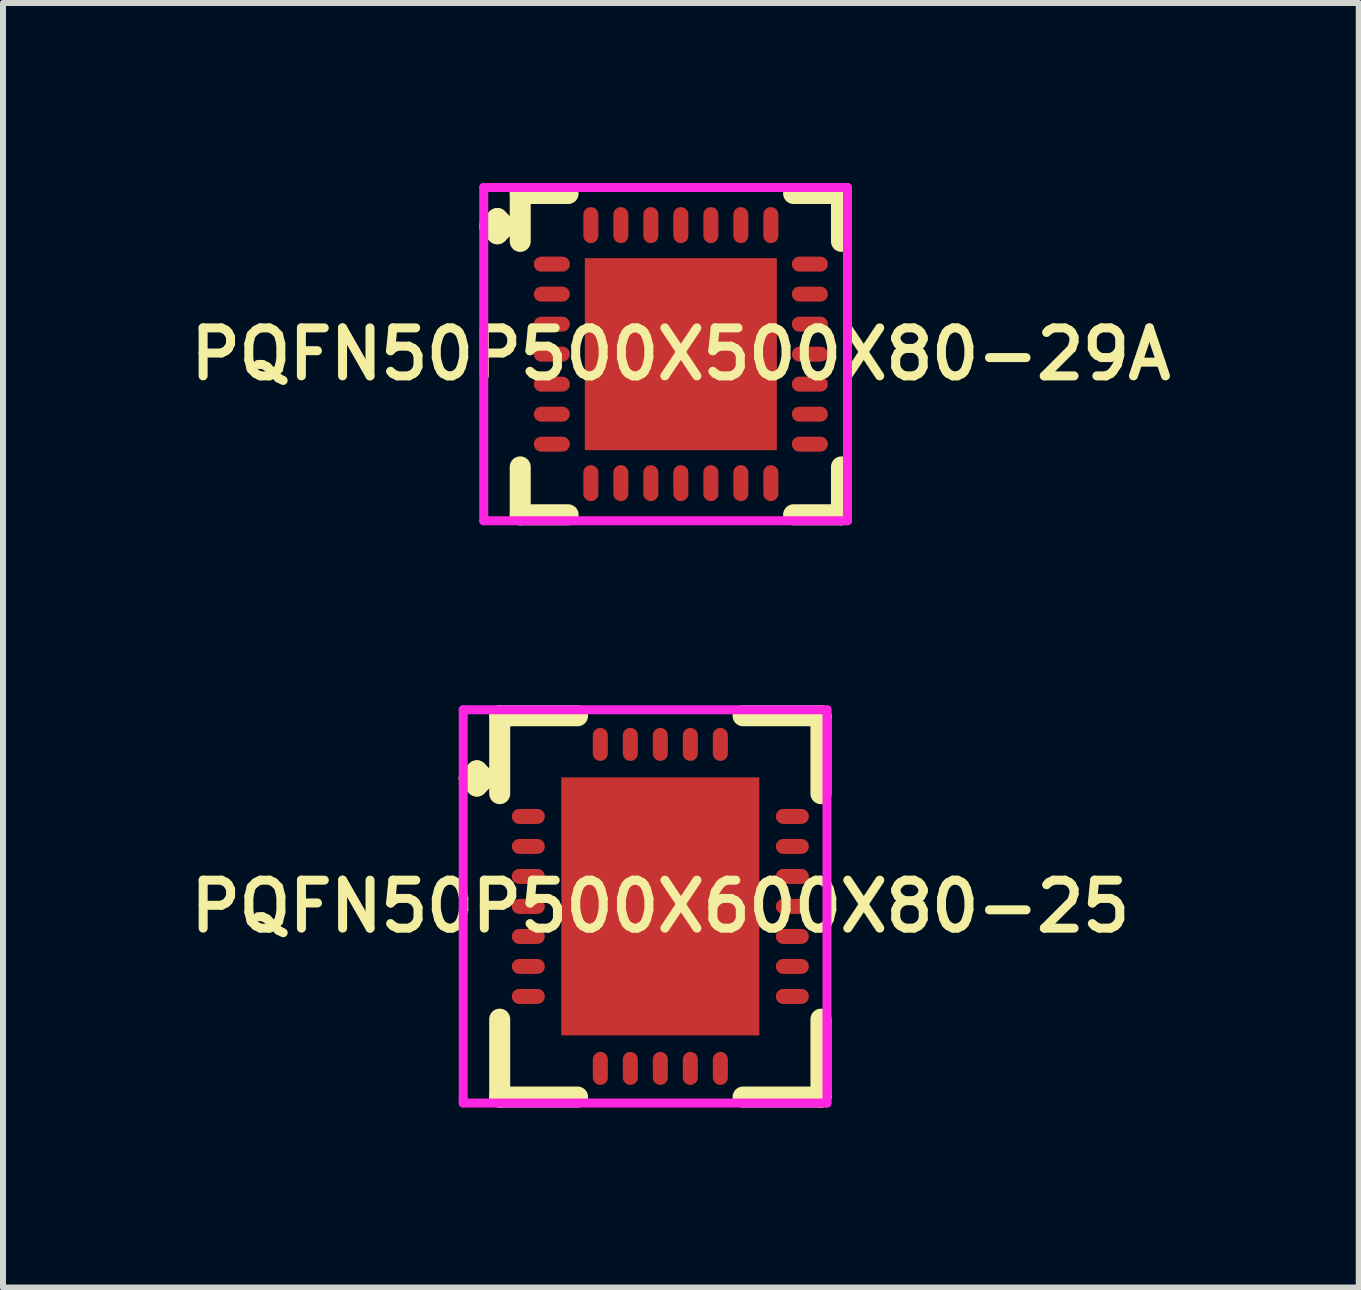
<source format=kicad_pcb>
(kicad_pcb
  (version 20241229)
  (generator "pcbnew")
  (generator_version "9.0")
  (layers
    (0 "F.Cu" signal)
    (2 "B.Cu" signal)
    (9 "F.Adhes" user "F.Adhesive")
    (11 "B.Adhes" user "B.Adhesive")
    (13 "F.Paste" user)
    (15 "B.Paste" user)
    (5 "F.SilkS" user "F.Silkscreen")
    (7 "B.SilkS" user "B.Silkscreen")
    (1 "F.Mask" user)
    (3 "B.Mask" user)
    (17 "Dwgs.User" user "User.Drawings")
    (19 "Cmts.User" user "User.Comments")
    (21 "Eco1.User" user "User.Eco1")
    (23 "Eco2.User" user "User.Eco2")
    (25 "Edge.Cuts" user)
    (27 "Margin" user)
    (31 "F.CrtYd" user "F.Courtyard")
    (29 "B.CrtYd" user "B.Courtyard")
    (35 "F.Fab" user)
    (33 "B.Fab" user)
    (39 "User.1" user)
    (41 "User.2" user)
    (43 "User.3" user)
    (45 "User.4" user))
  (footprint "PQFN50P500X500X80-29A"
    (layer "F.Cu")
    (at 8.297 2.852)
    (property "Reference" "PQFN50P500X500X80-29A" (at 0 0 0) (layer "F.SilkS") (effects (font (size 0.8 0.8) (thickness 0.15))))
    (attr smd)
    (fp_line (start -3.185 -2.133) (end -3.058 -2.26) (stroke (width 0.35) (type solid)) (layer "F.SilkS"))
    (fp_line (start -3.058 -2.26) (end -2.931 -2.133) (stroke (width 0.35) (type solid)) (layer "F.SilkS"))
    (fp_line (start -3.058 -2.006) (end -3.185 -2.133) (stroke (width 0.35) (type solid)) (layer "F.SilkS"))
    (fp_line (start -2.931 -2.133) (end -3.058 -2.006) (stroke (width 0.35) (type solid)) (layer "F.SilkS"))
    (fp_line (start -2.677 -2.677) (end -1.879 -2.677) (stroke (width 0.35) (type solid)) (layer "F.SilkS"))
    (fp_line (start -2.677 -1.879) (end -2.677 -2.677) (stroke (width 0.35) (type solid)) (layer "F.SilkS"))
    (fp_line (start -2.677 1.879) (end -2.677 2.677) (stroke (width 0.35) (type solid)) (layer "F.SilkS"))
    (fp_line (start -2.677 2.677) (end -1.879 2.677) (stroke (width 0.35) (type solid)) (layer "F.SilkS"))
    (fp_line (start 1.879 -2.677) (end 2.677 -2.677) (stroke (width 0.35) (type solid)) (layer "F.SilkS"))
    (fp_line (start 1.879 2.677) (end 2.677 2.677) (stroke (width 0.35) (type solid)) (layer "F.SilkS"))
    (fp_line (start 2.677 -2.677) (end 2.677 -1.879) (stroke (width 0.35) (type solid)) (layer "F.SilkS"))
    (fp_line (start 2.677 2.677) (end 2.677 1.879) (stroke (width 0.35) (type solid)) (layer "F.SilkS"))
    (fp_line (start -3.285 -2.777) (end 2.777 -2.777) (stroke (width 0.15) (type solid)) (layer "F.CrtYd"))
    (fp_line (start -3.285 2.777) (end -3.285 -2.777) (stroke (width 0.15) (type solid)) (layer "F.CrtYd"))
    (fp_line (start 2.777 -2.777) (end 2.777 2.777) (stroke (width 0.15) (type solid)) (layer "F.CrtYd"))
    (fp_line (start 2.777 2.777) (end -3.285 2.777) (stroke (width 0.15) (type solid)) (layer "F.CrtYd"))
    (pad "1" smd oval (at -2.15 -1.5) (size 0.6 0.25) (layers "F.Cu" "F.Mask" "F.Paste"))
    (pad "2" smd oval (at -2.15 -1) (size 0.6 0.25) (layers "F.Cu" "F.Mask" "F.Paste"))
    (pad "3" smd oval (at -2.15 -0.5) (size 0.6 0.25) (layers "F.Cu" "F.Mask" "F.Paste"))
    (pad "4" smd oval (at -2.15 0) (size 0.6 0.25) (layers "F.Cu" "F.Mask" "F.Paste"))
    (pad "5" smd oval (at -2.15 0.5) (size 0.6 0.25) (layers "F.Cu" "F.Mask" "F.Paste"))
    (pad "6" smd oval (at -2.15 1) (size 0.6 0.25) (layers "F.Cu" "F.Mask" "F.Paste"))
    (pad "7" smd oval (at -2.15 1.5) (size 0.6 0.25) (layers "F.Cu" "F.Mask" "F.Paste"))
    (pad "8" smd oval (at -1.5 2.15) (size 0.25 0.6) (layers "F.Cu" "F.Mask" "F.Paste"))
    (pad "9" smd oval (at -1 2.15) (size 0.25 0.6) (layers "F.Cu" "F.Mask" "F.Paste"))
    (pad "10" smd oval (at -0.5 2.15) (size 0.25 0.6) (layers "F.Cu" "F.Mask" "F.Paste"))
    (pad "11" smd oval (at 0 2.15) (size 0.25 0.6) (layers "F.Cu" "F.Mask" "F.Paste"))
    (pad "12" smd oval (at 0.5 2.15) (size 0.25 0.6) (layers "F.Cu" "F.Mask" "F.Paste"))
    (pad "13" smd oval (at 1 2.15) (size 0.25 0.6) (layers "F.Cu" "F.Mask" "F.Paste"))
    (pad "14" smd oval (at 1.5 2.15) (size 0.25 0.6) (layers "F.Cu" "F.Mask" "F.Paste"))
    (pad "15" smd oval (at 2.15 1.5) (size 0.6 0.25) (layers "F.Cu" "F.Mask" "F.Paste"))
    (pad "16" smd oval (at 2.15 1) (size 0.6 0.25) (layers "F.Cu" "F.Mask" "F.Paste"))
    (pad "17" smd oval (at 2.15 0.5) (size 0.6 0.25) (layers "F.Cu" "F.Mask" "F.Paste"))
    (pad "18" smd oval (at 2.15 0) (size 0.6 0.25) (layers "F.Cu" "F.Mask" "F.Paste"))
    (pad "19" smd oval (at 2.15 -0.5) (size 0.6 0.25) (layers "F.Cu" "F.Mask" "F.Paste"))
    (pad "20" smd oval (at 2.15 -1) (size 0.6 0.25) (layers "F.Cu" "F.Mask" "F.Paste"))
    (pad "21" smd oval (at 2.15 -1.5) (size 0.6 0.25) (layers "F.Cu" "F.Mask" "F.Paste"))
    (pad "22" smd oval (at 1.5 -2.15) (size 0.25 0.6) (layers "F.Cu" "F.Mask" "F.Paste"))
    (pad "23" smd oval (at 1 -2.15) (size 0.25 0.6) (layers "F.Cu" "F.Mask" "F.Paste"))
    (pad "24" smd oval (at 0.5 -2.15) (size 0.25 0.6) (layers "F.Cu" "F.Mask" "F.Paste"))
    (pad "25" smd oval (at 0 -2.15) (size 0.25 0.6) (layers "F.Cu" "F.Mask" "F.Paste"))
    (pad "26" smd oval (at -0.5 -2.15) (size 0.25 0.6) (layers "F.Cu" "F.Mask" "F.Paste"))
    (pad "27" smd oval (at -1 -2.15) (size 0.25 0.6) (layers "F.Cu" "F.Mask" "F.Paste"))
    (pad "28" smd oval (at -1.5 -2.15) (size 0.25 0.6) (layers "F.Cu" "F.Mask" "F.Paste"))
    (pad "29" smd rect (at 0 0) (size 3.2 3.2) (layers "F.Cu" "F.Mask" "F.Paste")))
  (footprint "PQFN50P500X600X80-25"
    (layer "F.Cu")
    (at 7.955 12.056)
    (property "Reference" "PQFN50P500X600X80-25" (at 0 0 0) (layer "F.SilkS") (effects (font (size 0.8 0.8) (thickness 0.15))))
    (attr smd)
    (fp_line (start -3.185 -2.133) (end -3.058 -2.26) (stroke (width 0.35) (type solid)) (layer "F.SilkS"))
    (fp_line (start -3.058 -2.26) (end -2.931 -2.133) (stroke (width 0.35) (type solid)) (layer "F.SilkS"))
    (fp_line (start -3.058 -2.006) (end -3.185 -2.133) (stroke (width 0.35) (type solid)) (layer "F.SilkS"))
    (fp_line (start -2.931 -2.133) (end -3.058 -2.006) (stroke (width 0.35) (type solid)) (layer "F.SilkS"))
    (fp_line (start -2.677 -3.177) (end -1.379 -3.177) (stroke (width 0.35) (type solid)) (layer "F.SilkS"))
    (fp_line (start -2.677 -1.879) (end -2.677 -3.177) (stroke (width 0.35) (type solid)) (layer "F.SilkS"))
    (fp_line (start -2.677 1.879) (end -2.677 3.177) (stroke (width 0.35) (type solid)) (layer "F.SilkS"))
    (fp_line (start -2.677 3.177) (end -1.379 3.177) (stroke (width 0.35) (type solid)) (layer "F.SilkS"))
    (fp_line (start 1.379 -3.177) (end 2.677 -3.177) (stroke (width 0.35) (type solid)) (layer "F.SilkS"))
    (fp_line (start 1.379 3.177) (end 2.677 3.177) (stroke (width 0.35) (type solid)) (layer "F.SilkS"))
    (fp_line (start 2.677 -3.177) (end 2.677 -1.879) (stroke (width 0.35) (type solid)) (layer "F.SilkS"))
    (fp_line (start 2.677 3.177) (end 2.677 1.879) (stroke (width 0.35) (type solid)) (layer "F.SilkS"))
    (fp_line (start -3.285 -3.277) (end 2.777 -3.277) (stroke (width 0.15) (type solid)) (layer "F.CrtYd"))
    (fp_line (start -3.285 3.277) (end -3.285 -3.277) (stroke (width 0.15) (type solid)) (layer "F.CrtYd"))
    (fp_line (start 2.777 -3.277) (end 2.777 3.277) (stroke (width 0.15) (type solid)) (layer "F.CrtYd"))
    (fp_line (start 2.777 3.277) (end -3.285 3.277) (stroke (width 0.15) (type solid)) (layer "F.CrtYd"))
    (pad "1" smd oval (at -2.2 -1.5) (size 0.55 0.25) (layers "F.Cu" "F.Mask" "F.Paste"))
    (pad "2" smd oval (at -2.2 -1) (size 0.55 0.25) (layers "F.Cu" "F.Mask" "F.Paste"))
    (pad "3" smd oval (at -2.2 -0.5) (size 0.55 0.25) (layers "F.Cu" "F.Mask" "F.Paste"))
    (pad "4" smd oval (at -2.2 0) (size 0.55 0.25) (layers "F.Cu" "F.Mask" "F.Paste"))
    (pad "5" smd oval (at -2.2 0.5) (size 0.55 0.25) (layers "F.Cu" "F.Mask" "F.Paste"))
    (pad "6" smd oval (at -2.2 1) (size 0.55 0.25) (layers "F.Cu" "F.Mask" "F.Paste"))
    (pad "7" smd oval (at -2.2 1.5) (size 0.55 0.25) (layers "F.Cu" "F.Mask" "F.Paste"))
    (pad "8" smd oval (at -1 2.7) (size 0.25 0.55) (layers "F.Cu" "F.Mask" "F.Paste"))
    (pad "9" smd oval (at -0.5 2.7) (size 0.25 0.55) (layers "F.Cu" "F.Mask" "F.Paste"))
    (pad "10" smd oval (at 0 2.7) (size 0.25 0.55) (layers "F.Cu" "F.Mask" "F.Paste"))
    (pad "11" smd oval (at 0.5 2.7) (size 0.25 0.55) (layers "F.Cu" "F.Mask" "F.Paste"))
    (pad "12" smd oval (at 1 2.7) (size 0.25 0.55) (layers "F.Cu" "F.Mask" "F.Paste"))
    (pad "13" smd oval (at 2.2 1.5) (size 0.55 0.25) (layers "F.Cu" "F.Mask" "F.Paste"))
    (pad "14" smd oval (at 2.2 1) (size 0.55 0.25) (layers "F.Cu" "F.Mask" "F.Paste"))
    (pad "15" smd oval (at 2.2 0.5) (size 0.55 0.25) (layers "F.Cu" "F.Mask" "F.Paste"))
    (pad "16" smd oval (at 2.2 0) (size 0.55 0.25) (layers "F.Cu" "F.Mask" "F.Paste"))
    (pad "17" smd oval (at 2.2 -0.5) (size 0.55 0.25) (layers "F.Cu" "F.Mask" "F.Paste"))
    (pad "18" smd oval (at 2.2 -1) (size 0.55 0.25) (layers "F.Cu" "F.Mask" "F.Paste"))
    (pad "19" smd oval (at 2.2 -1.5) (size 0.55 0.25) (layers "F.Cu" "F.Mask" "F.Paste"))
    (pad "20" smd oval (at 1 -2.7) (size 0.25 0.55) (layers "F.Cu" "F.Mask" "F.Paste"))
    (pad "21" smd oval (at 0.5 -2.7) (size 0.25 0.55) (layers "F.Cu" "F.Mask" "F.Paste"))
    (pad "22" smd oval (at 0 -2.7) (size 0.25 0.55) (layers "F.Cu" "F.Mask" "F.Paste"))
    (pad "23" smd oval (at -0.5 -2.7) (size 0.25 0.55) (layers "F.Cu" "F.Mask" "F.Paste"))
    (pad "24" smd oval (at -1 -2.7) (size 0.25 0.55) (layers "F.Cu" "F.Mask" "F.Paste"))
    (pad "25" smd rect (at 0 0) (size 3.3 4.3) (layers "F.Cu" "F.Mask" "F.Paste")))
  (gr_rect
    (start -3 -3)
    (end 19.595 18.408)
    (stroke (width 0.1) (type default))
    (fill no)
    (layer "Edge.Cuts")))
</source>
